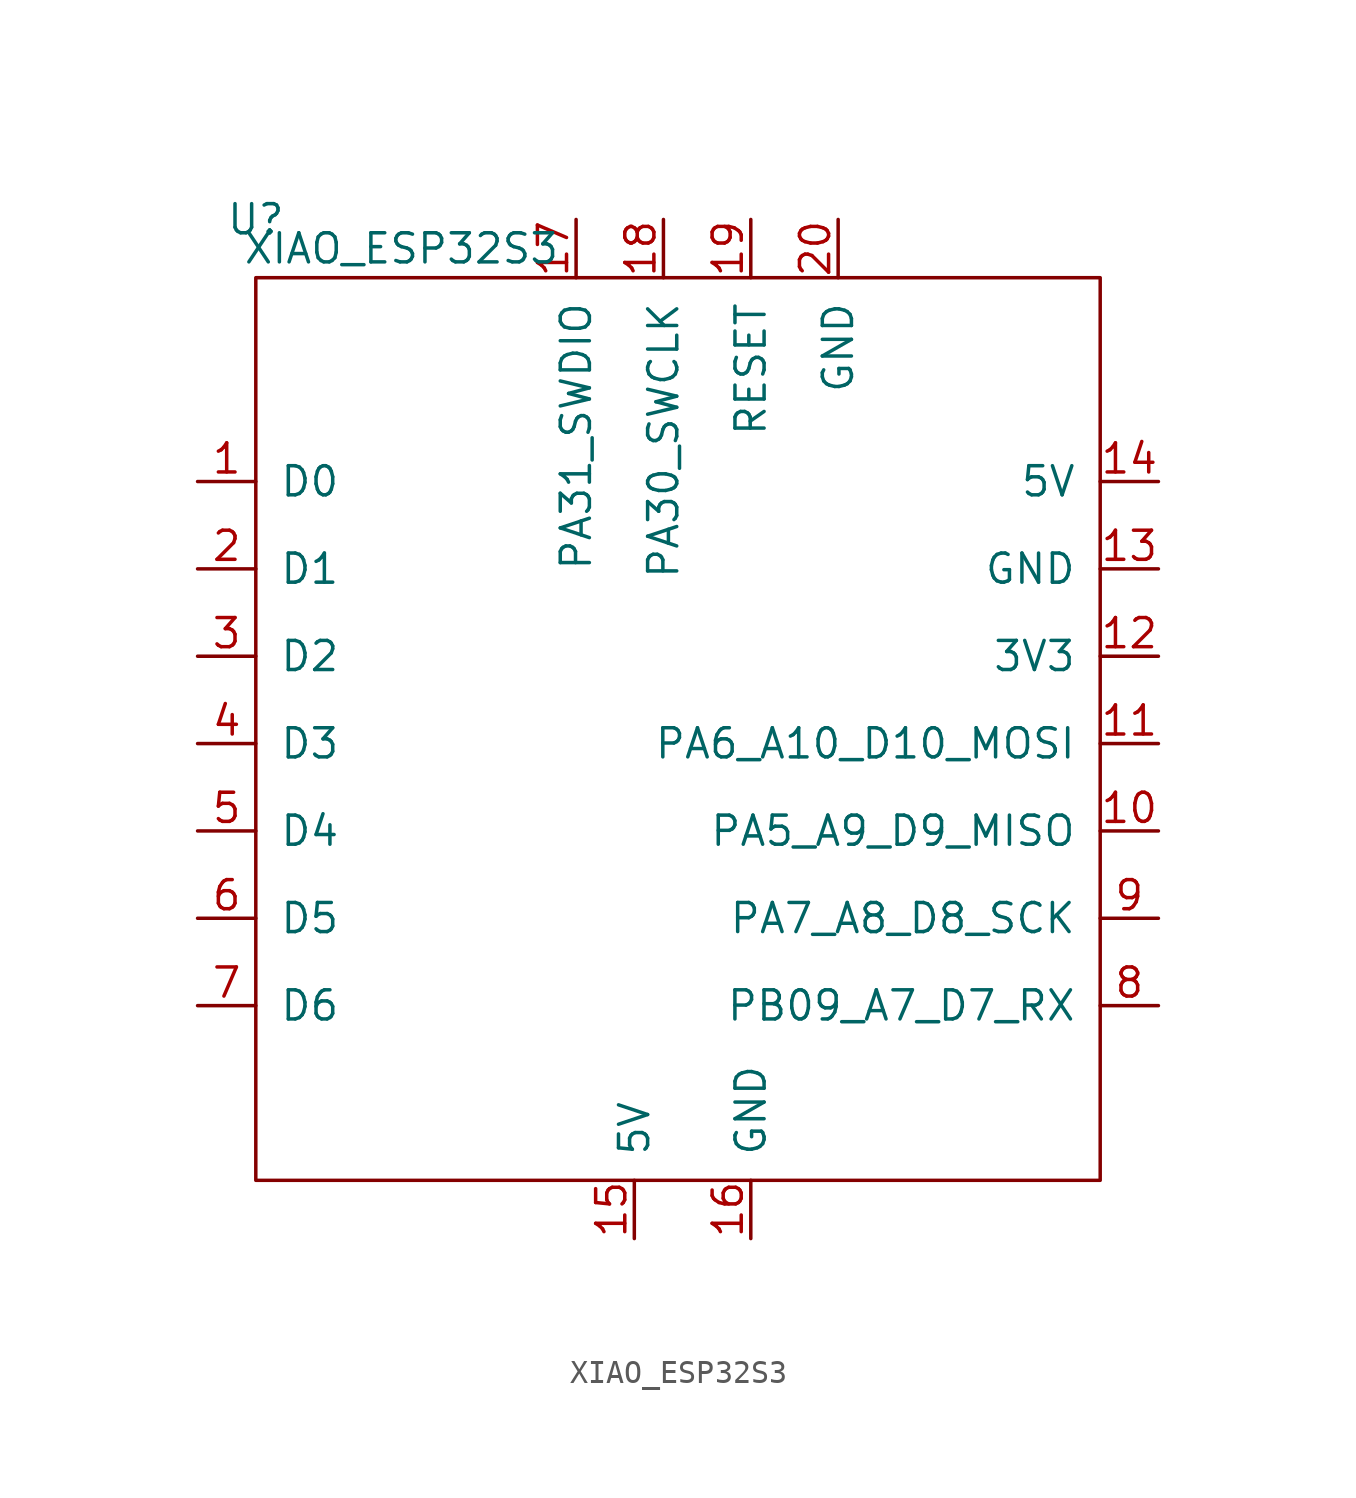
<source format=kicad_sym>
(kicad_symbol_lib
  (version 20220914)
  (generator kicad_symbol_editor)
  (symbol "XIAO_ESP32S3"
    (pin_names
      (offset 1.016))
    (property "Reference" "U"
      (at -19.05 22.86 0)
      (effects (font (size 1.27 1.27))))
    (property "Value" "XIAO_ESP32S3"
      (at -12.7 21.59 0)
      (effects (font (size 1.27 1.27))))
    (symbol "XIAO_ESP32S3_0_1"
      (rectangle (start -19.05 20.32) (end 17.78 -19.05) (stroke (width 0) (type solid)) (fill (type none))))
    (symbol "XIAO_ESP32S3_1_1"
      (pin bidirectional line (at -21.59 11.43 0) (length 2.54) (name "D0" (effects (font (size 1.27 1.27)))) (number "1" (effects (font (size 1.27 1.27)))))
      (pin unspecified line (at 20.32 -3.81 180) (length 2.54) (name "PA5_A9_D9_MISO" (effects (font (size 1.27 1.27)))) (number "10" (effects (font (size 1.27 1.27)))))
      (pin unspecified line (at 20.32 0 180) (length 2.54) (name "PA6_A10_D10_MOSI" (effects (font (size 1.27 1.27)))) (number "11" (effects (font (size 1.27 1.27)))))
      (pin unspecified line (at 20.32 3.81 180) (length 2.54) (name "3V3" (effects (font (size 1.27 1.27)))) (number "12" (effects (font (size 1.27 1.27)))))
      (pin unspecified line (at 20.32 7.62 180) (length 2.54) (name "GND" (effects (font (size 1.27 1.27)))) (number "13" (effects (font (size 1.27 1.27)))))
      (pin unspecified line (at 20.32 11.43 180) (length 2.54) (name "5V" (effects (font (size 1.27 1.27)))) (number "14" (effects (font (size 1.27 1.27)))))
      (pin input line (at -2.54 -21.59 90) (length 2.54) (name "5V" (effects (font (size 1.27 1.27)))) (number "15" (effects (font (size 1.27 1.27)))))
      (pin input line (at 2.54 -21.59 90) (length 2.54) (name "GND" (effects (font (size 1.27 1.27)))) (number "16" (effects (font (size 1.27 1.27)))))
      (pin input line (at -5.08 22.86 270) (length 2.54) (name "PA31_SWDIO" (effects (font (size 1.27 1.27)))) (number "17" (effects (font (size 1.27 1.27)))))
      (pin input line (at -1.27 22.86 270) (length 2.54) (name "PA30_SWCLK" (effects (font (size 1.27 1.27)))) (number "18" (effects (font (size 1.27 1.27)))))
      (pin input line (at 2.54 22.86 270) (length 2.54) (name "RESET" (effects (font (size 1.27 1.27)))) (number "19" (effects (font (size 1.27 1.27)))))
      (pin bidirectional line (at -21.59 7.62 0) (length 2.54) (name "D1" (effects (font (size 1.27 1.27)))) (number "2" (effects (font (size 1.27 1.27)))))
      (pin input line (at 6.35 22.86 270) (length 2.54) (name "GND" (effects (font (size 1.27 1.27)))) (number "20" (effects (font (size 1.27 1.27)))))
      (pin bidirectional line (at -21.59 3.81 0) (length 2.54) (name "D2" (effects (font (size 1.27 1.27)))) (number "3" (effects (font (size 1.27 1.27)))))
      (pin bidirectional line (at -21.59 0 0) (length 2.54) (name "D3" (effects (font (size 1.27 1.27)))) (number "4" (effects (font (size 1.27 1.27)))))
      (pin bidirectional line (at -21.59 -3.81 0) (length 2.54) (name "D4" (effects (font (size 1.27 1.27)))) (number "5" (effects (font (size 1.27 1.27)))))
      (pin bidirectional line (at -21.59 -7.62 0) (length 2.54) (name "D5" (effects (font (size 1.27 1.27)))) (number "6" (effects (font (size 1.27 1.27)))))
      (pin bidirectional line (at -21.59 -11.43 0) (length 2.54) (name "D6" (effects (font (size 1.27 1.27)))) (number "7" (effects (font (size 1.27 1.27)))))
      (pin unspecified line (at 20.32 -11.43 180) (length 2.54) (name "PB09_A7_D7_RX" (effects (font (size 1.27 1.27)))) (number "8" (effects (font (size 1.27 1.27)))))
      (pin unspecified line (at 20.32 -7.62 180) (length 2.54) (name "PA7_A8_D8_SCK" (effects (font (size 1.27 1.27)))) (number "9" (effects (font (size 1.27 1.27))))))))
</source>
